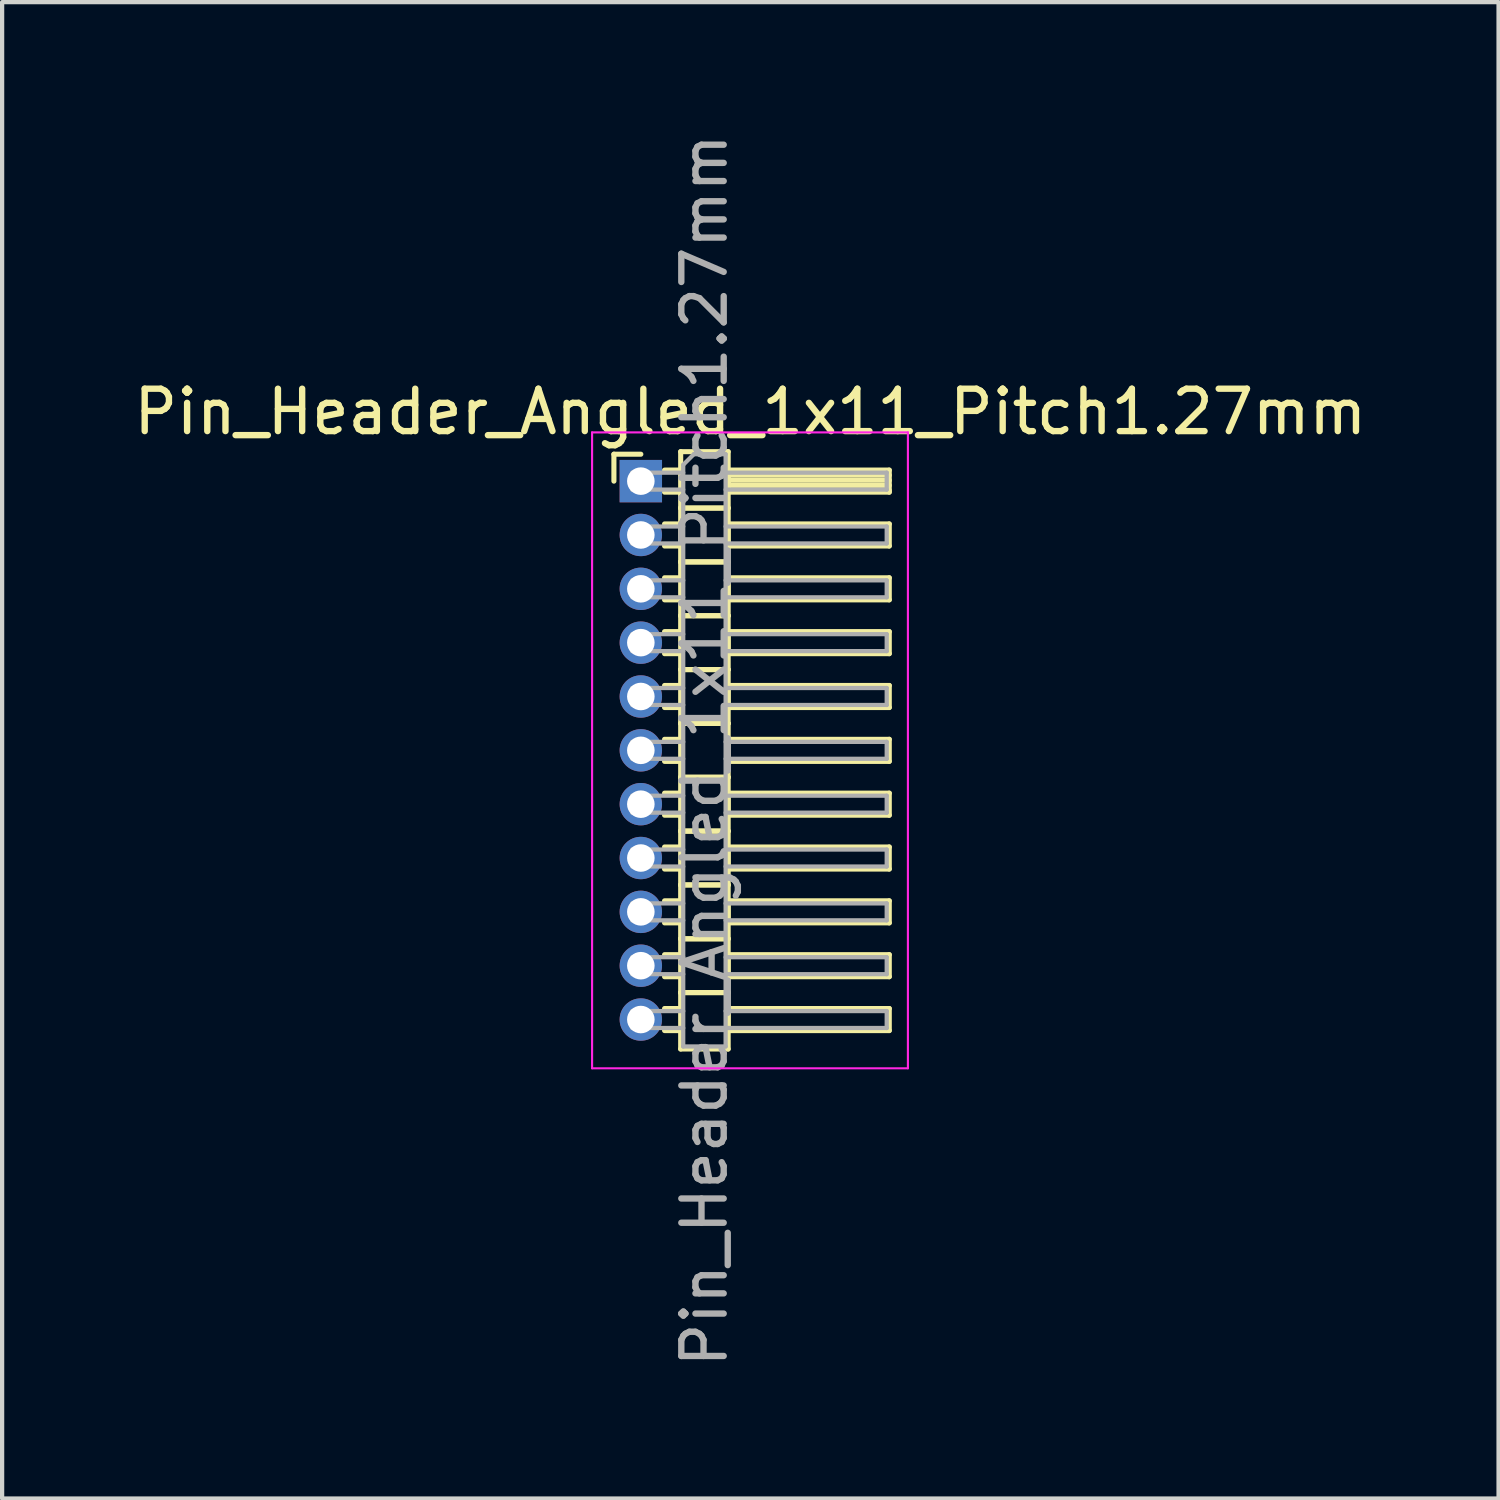
<source format=kicad_pcb>
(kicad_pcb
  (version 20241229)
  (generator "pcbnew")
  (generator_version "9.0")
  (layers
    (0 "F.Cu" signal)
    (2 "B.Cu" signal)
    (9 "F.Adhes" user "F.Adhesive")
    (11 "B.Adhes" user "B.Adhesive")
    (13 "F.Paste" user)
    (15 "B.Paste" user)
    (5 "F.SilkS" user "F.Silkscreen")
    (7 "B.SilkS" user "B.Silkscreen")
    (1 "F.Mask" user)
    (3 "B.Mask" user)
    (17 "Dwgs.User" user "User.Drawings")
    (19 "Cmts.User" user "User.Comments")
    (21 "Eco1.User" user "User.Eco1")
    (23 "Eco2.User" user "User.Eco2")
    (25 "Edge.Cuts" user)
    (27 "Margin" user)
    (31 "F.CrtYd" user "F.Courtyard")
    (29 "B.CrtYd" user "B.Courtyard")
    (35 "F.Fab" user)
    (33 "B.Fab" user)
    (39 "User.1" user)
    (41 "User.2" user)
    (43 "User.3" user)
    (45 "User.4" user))
  (footprint "Pin_Header_Angled_1x11_Pitch1.27mm"
    (layer "F.Cu")
    (at 12.066 8.299)
    (property "Reference" "Pin_Header_Angled_1x11_Pitch1.27mm" (at 2.583 -1.635 0) (layer "F.SilkS") (effects (font (size 1 1) (thickness 0.15))))
    (attr through_hole)
    (fp_line (start -0.635 -0.635) (end 0 -0.635) (stroke (width 0.12) (type solid)) (layer "F.SilkS"))
    (fp_line (start -0.635 0) (end -0.635 -0.635) (stroke (width 0.12) (type solid)) (layer "F.SilkS"))
    (fp_line (start 0.56 -0.26) (end 0.94 -0.26) (stroke (width 0.12) (type solid)) (layer "F.SilkS"))
    (fp_line (start 0.56 0.26) (end 0.94 0.26) (stroke (width 0.12) (type solid)) (layer "F.SilkS"))
    (fp_line (start 0.56 1.01) (end 0.94 1.01) (stroke (width 0.12) (type solid)) (layer "F.SilkS"))
    (fp_line (start 0.56 1.53) (end 0.94 1.53) (stroke (width 0.12) (type solid)) (layer "F.SilkS"))
    (fp_line (start 0.56 2.28) (end 0.94 2.28) (stroke (width 0.12) (type solid)) (layer "F.SilkS"))
    (fp_line (start 0.56 2.8) (end 0.94 2.8) (stroke (width 0.12) (type solid)) (layer "F.SilkS"))
    (fp_line (start 0.56 3.55) (end 0.94 3.55) (stroke (width 0.12) (type solid)) (layer "F.SilkS"))
    (fp_line (start 0.56 4.07) (end 0.94 4.07) (stroke (width 0.12) (type solid)) (layer "F.SilkS"))
    (fp_line (start 0.56 4.82) (end 0.94 4.82) (stroke (width 0.12) (type solid)) (layer "F.SilkS"))
    (fp_line (start 0.56 5.34) (end 0.94 5.34) (stroke (width 0.12) (type solid)) (layer "F.SilkS"))
    (fp_line (start 0.56 6.09) (end 0.94 6.09) (stroke (width 0.12) (type solid)) (layer "F.SilkS"))
    (fp_line (start 0.56 6.61) (end 0.94 6.61) (stroke (width 0.12) (type solid)) (layer "F.SilkS"))
    (fp_line (start 0.56 7.36) (end 0.94 7.36) (stroke (width 0.12) (type solid)) (layer "F.SilkS"))
    (fp_line (start 0.56 7.88) (end 0.94 7.88) (stroke (width 0.12) (type solid)) (layer "F.SilkS"))
    (fp_line (start 0.56 8.63) (end 0.94 8.63) (stroke (width 0.12) (type solid)) (layer "F.SilkS"))
    (fp_line (start 0.56 9.15) (end 0.94 9.15) (stroke (width 0.12) (type solid)) (layer "F.SilkS"))
    (fp_line (start 0.56 9.9) (end 0.94 9.9) (stroke (width 0.12) (type solid)) (layer "F.SilkS"))
    (fp_line (start 0.56 10.42) (end 0.94 10.42) (stroke (width 0.12) (type solid)) (layer "F.SilkS"))
    (fp_line (start 0.56 11.17) (end 0.94 11.17) (stroke (width 0.12) (type solid)) (layer "F.SilkS"))
    (fp_line (start 0.56 11.69) (end 0.94 11.69) (stroke (width 0.12) (type solid)) (layer "F.SilkS"))
    (fp_line (start 0.56 12.44) (end 0.94 12.44) (stroke (width 0.12) (type solid)) (layer "F.SilkS"))
    (fp_line (start 0.56 12.96) (end 0.94 12.96) (stroke (width 0.12) (type solid)) (layer "F.SilkS"))
    (fp_line (start 0.94 -0.695) (end 0.94 0.635) (stroke (width 0.12) (type solid)) (layer "F.SilkS"))
    (fp_line (start 0.94 0.635) (end 0.94 1.905) (stroke (width 0.12) (type solid)) (layer "F.SilkS"))
    (fp_line (start 0.94 0.635) (end 2.06 0.635) (stroke (width 0.12) (type solid)) (layer "F.SilkS"))
    (fp_line (start 0.94 1.905) (end 0.94 3.175) (stroke (width 0.12) (type solid)) (layer "F.SilkS"))
    (fp_line (start 0.94 1.905) (end 2.06 1.905) (stroke (width 0.12) (type solid)) (layer "F.SilkS"))
    (fp_line (start 0.94 3.175) (end 0.94 4.445) (stroke (width 0.12) (type solid)) (layer "F.SilkS"))
    (fp_line (start 0.94 3.175) (end 2.06 3.175) (stroke (width 0.12) (type solid)) (layer "F.SilkS"))
    (fp_line (start 0.94 4.445) (end 0.94 5.715) (stroke (width 0.12) (type solid)) (layer "F.SilkS"))
    (fp_line (start 0.94 4.445) (end 2.06 4.445) (stroke (width 0.12) (type solid)) (layer "F.SilkS"))
    (fp_line (start 0.94 5.715) (end 0.94 6.985) (stroke (width 0.12) (type solid)) (layer "F.SilkS"))
    (fp_line (start 0.94 5.715) (end 2.06 5.715) (stroke (width 0.12) (type solid)) (layer "F.SilkS"))
    (fp_line (start 0.94 6.985) (end 0.94 8.255) (stroke (width 0.12) (type solid)) (layer "F.SilkS"))
    (fp_line (start 0.94 6.985) (end 2.06 6.985) (stroke (width 0.12) (type solid)) (layer "F.SilkS"))
    (fp_line (start 0.94 8.255) (end 0.94 9.525) (stroke (width 0.12) (type solid)) (layer "F.SilkS"))
    (fp_line (start 0.94 8.255) (end 2.06 8.255) (stroke (width 0.12) (type solid)) (layer "F.SilkS"))
    (fp_line (start 0.94 9.525) (end 0.94 10.795) (stroke (width 0.12) (type solid)) (layer "F.SilkS"))
    (fp_line (start 0.94 9.525) (end 2.06 9.525) (stroke (width 0.12) (type solid)) (layer "F.SilkS"))
    (fp_line (start 0.94 10.795) (end 0.94 12.065) (stroke (width 0.12) (type solid)) (layer "F.SilkS"))
    (fp_line (start 0.94 10.795) (end 2.06 10.795) (stroke (width 0.12) (type solid)) (layer "F.SilkS"))
    (fp_line (start 0.94 12.065) (end 0.94 13.395) (stroke (width 0.12) (type solid)) (layer "F.SilkS"))
    (fp_line (start 0.94 12.065) (end 2.06 12.065) (stroke (width 0.12) (type solid)) (layer "F.SilkS"))
    (fp_line (start 0.94 13.395) (end 2.06 13.395) (stroke (width 0.12) (type solid)) (layer "F.SilkS"))
    (fp_line (start 2.06 -0.695) (end 0.94 -0.695) (stroke (width 0.12) (type solid)) (layer "F.SilkS"))
    (fp_line (start 2.06 -0.26) (end 2.06 0.26) (stroke (width 0.12) (type solid)) (layer "F.SilkS"))
    (fp_line (start 2.06 -0.14) (end 5.86 -0.14) (stroke (width 0.12) (type solid)) (layer "F.SilkS"))
    (fp_line (start 2.06 -0.02) (end 5.86 -0.02) (stroke (width 0.12) (type solid)) (layer "F.SilkS"))
    (fp_line (start 2.06 0.1) (end 5.86 0.1) (stroke (width 0.12) (type solid)) (layer "F.SilkS"))
    (fp_line (start 2.06 0.22) (end 5.86 0.22) (stroke (width 0.12) (type solid)) (layer "F.SilkS"))
    (fp_line (start 2.06 0.26) (end 5.86 0.26) (stroke (width 0.12) (type solid)) (layer "F.SilkS"))
    (fp_line (start 2.06 0.635) (end 0.94 0.635) (stroke (width 0.12) (type solid)) (layer "F.SilkS"))
    (fp_line (start 2.06 0.635) (end 2.06 -0.695) (stroke (width 0.12) (type solid)) (layer "F.SilkS"))
    (fp_line (start 2.06 1.01) (end 2.06 1.53) (stroke (width 0.12) (type solid)) (layer "F.SilkS"))
    (fp_line (start 2.06 1.53) (end 5.86 1.53) (stroke (width 0.12) (type solid)) (layer "F.SilkS"))
    (fp_line (start 2.06 1.905) (end 0.94 1.905) (stroke (width 0.12) (type solid)) (layer "F.SilkS"))
    (fp_line (start 2.06 1.905) (end 2.06 0.635) (stroke (width 0.12) (type solid)) (layer "F.SilkS"))
    (fp_line (start 2.06 2.28) (end 2.06 2.8) (stroke (width 0.12) (type solid)) (layer "F.SilkS"))
    (fp_line (start 2.06 2.8) (end 5.86 2.8) (stroke (width 0.12) (type solid)) (layer "F.SilkS"))
    (fp_line (start 2.06 3.175) (end 0.94 3.175) (stroke (width 0.12) (type solid)) (layer "F.SilkS"))
    (fp_line (start 2.06 3.175) (end 2.06 1.905) (stroke (width 0.12) (type solid)) (layer "F.SilkS"))
    (fp_line (start 2.06 3.55) (end 2.06 4.07) (stroke (width 0.12) (type solid)) (layer "F.SilkS"))
    (fp_line (start 2.06 4.07) (end 5.86 4.07) (stroke (width 0.12) (type solid)) (layer "F.SilkS"))
    (fp_line (start 2.06 4.445) (end 0.94 4.445) (stroke (width 0.12) (type solid)) (layer "F.SilkS"))
    (fp_line (start 2.06 4.445) (end 2.06 3.175) (stroke (width 0.12) (type solid)) (layer "F.SilkS"))
    (fp_line (start 2.06 4.82) (end 2.06 5.34) (stroke (width 0.12) (type solid)) (layer "F.SilkS"))
    (fp_line (start 2.06 5.34) (end 5.86 5.34) (stroke (width 0.12) (type solid)) (layer "F.SilkS"))
    (fp_line (start 2.06 5.715) (end 0.94 5.715) (stroke (width 0.12) (type solid)) (layer "F.SilkS"))
    (fp_line (start 2.06 5.715) (end 2.06 4.445) (stroke (width 0.12) (type solid)) (layer "F.SilkS"))
    (fp_line (start 2.06 6.09) (end 2.06 6.61) (stroke (width 0.12) (type solid)) (layer "F.SilkS"))
    (fp_line (start 2.06 6.61) (end 5.86 6.61) (stroke (width 0.12) (type solid)) (layer "F.SilkS"))
    (fp_line (start 2.06 6.985) (end 0.94 6.985) (stroke (width 0.12) (type solid)) (layer "F.SilkS"))
    (fp_line (start 2.06 6.985) (end 2.06 5.715) (stroke (width 0.12) (type solid)) (layer "F.SilkS"))
    (fp_line (start 2.06 7.36) (end 2.06 7.88) (stroke (width 0.12) (type solid)) (layer "F.SilkS"))
    (fp_line (start 2.06 7.88) (end 5.86 7.88) (stroke (width 0.12) (type solid)) (layer "F.SilkS"))
    (fp_line (start 2.06 8.255) (end 0.94 8.255) (stroke (width 0.12) (type solid)) (layer "F.SilkS"))
    (fp_line (start 2.06 8.255) (end 2.06 6.985) (stroke (width 0.12) (type solid)) (layer "F.SilkS"))
    (fp_line (start 2.06 8.63) (end 2.06 9.15) (stroke (width 0.12) (type solid)) (layer "F.SilkS"))
    (fp_line (start 2.06 9.15) (end 5.86 9.15) (stroke (width 0.12) (type solid)) (layer "F.SilkS"))
    (fp_line (start 2.06 9.525) (end 0.94 9.525) (stroke (width 0.12) (type solid)) (layer "F.SilkS"))
    (fp_line (start 2.06 9.525) (end 2.06 8.255) (stroke (width 0.12) (type solid)) (layer "F.SilkS"))
    (fp_line (start 2.06 9.9) (end 2.06 10.42) (stroke (width 0.12) (type solid)) (layer "F.SilkS"))
    (fp_line (start 2.06 10.42) (end 5.86 10.42) (stroke (width 0.12) (type solid)) (layer "F.SilkS"))
    (fp_line (start 2.06 10.795) (end 0.94 10.795) (stroke (width 0.12) (type solid)) (layer "F.SilkS"))
    (fp_line (start 2.06 10.795) (end 2.06 9.525) (stroke (width 0.12) (type solid)) (layer "F.SilkS"))
    (fp_line (start 2.06 11.17) (end 2.06 11.69) (stroke (width 0.12) (type solid)) (layer "F.SilkS"))
    (fp_line (start 2.06 11.69) (end 5.86 11.69) (stroke (width 0.12) (type solid)) (layer "F.SilkS"))
    (fp_line (start 2.06 12.065) (end 0.94 12.065) (stroke (width 0.12) (type solid)) (layer "F.SilkS"))
    (fp_line (start 2.06 12.065) (end 2.06 10.795) (stroke (width 0.12) (type solid)) (layer "F.SilkS"))
    (fp_line (start 2.06 12.44) (end 2.06 12.96) (stroke (width 0.12) (type solid)) (layer "F.SilkS"))
    (fp_line (start 2.06 12.96) (end 5.86 12.96) (stroke (width 0.12) (type solid)) (layer "F.SilkS"))
    (fp_line (start 2.06 13.395) (end 2.06 12.065) (stroke (width 0.12) (type solid)) (layer "F.SilkS"))
    (fp_line (start 5.86 -0.26) (end 2.06 -0.26) (stroke (width 0.12) (type solid)) (layer "F.SilkS"))
    (fp_line (start 5.86 0.26) (end 5.86 -0.26) (stroke (width 0.12) (type solid)) (layer "F.SilkS"))
    (fp_line (start 5.86 1.01) (end 2.06 1.01) (stroke (width 0.12) (type solid)) (layer "F.SilkS"))
    (fp_line (start 5.86 1.53) (end 5.86 1.01) (stroke (width 0.12) (type solid)) (layer "F.SilkS"))
    (fp_line (start 5.86 2.28) (end 2.06 2.28) (stroke (width 0.12) (type solid)) (layer "F.SilkS"))
    (fp_line (start 5.86 2.8) (end 5.86 2.28) (stroke (width 0.12) (type solid)) (layer "F.SilkS"))
    (fp_line (start 5.86 3.55) (end 2.06 3.55) (stroke (width 0.12) (type solid)) (layer "F.SilkS"))
    (fp_line (start 5.86 4.07) (end 5.86 3.55) (stroke (width 0.12) (type solid)) (layer "F.SilkS"))
    (fp_line (start 5.86 4.82) (end 2.06 4.82) (stroke (width 0.12) (type solid)) (layer "F.SilkS"))
    (fp_line (start 5.86 5.34) (end 5.86 4.82) (stroke (width 0.12) (type solid)) (layer "F.SilkS"))
    (fp_line (start 5.86 6.09) (end 2.06 6.09) (stroke (width 0.12) (type solid)) (layer "F.SilkS"))
    (fp_line (start 5.86 6.61) (end 5.86 6.09) (stroke (width 0.12) (type solid)) (layer "F.SilkS"))
    (fp_line (start 5.86 7.36) (end 2.06 7.36) (stroke (width 0.12) (type solid)) (layer "F.SilkS"))
    (fp_line (start 5.86 7.88) (end 5.86 7.36) (stroke (width 0.12) (type solid)) (layer "F.SilkS"))
    (fp_line (start 5.86 8.63) (end 2.06 8.63) (stroke (width 0.12) (type solid)) (layer "F.SilkS"))
    (fp_line (start 5.86 9.15) (end 5.86 8.63) (stroke (width 0.12) (type solid)) (layer "F.SilkS"))
    (fp_line (start 5.86 9.9) (end 2.06 9.9) (stroke (width 0.12) (type solid)) (layer "F.SilkS"))
    (fp_line (start 5.86 10.42) (end 5.86 9.9) (stroke (width 0.12) (type solid)) (layer "F.SilkS"))
    (fp_line (start 5.86 11.17) (end 2.06 11.17) (stroke (width 0.12) (type solid)) (layer "F.SilkS"))
    (fp_line (start 5.86 11.69) (end 5.86 11.17) (stroke (width 0.12) (type solid)) (layer "F.SilkS"))
    (fp_line (start 5.86 12.44) (end 2.06 12.44) (stroke (width 0.12) (type solid)) (layer "F.SilkS"))
    (fp_line (start 5.86 12.96) (end 5.86 12.44) (stroke (width 0.12) (type solid)) (layer "F.SilkS"))
    (fp_line (start -1.15 -1.15) (end -1.15 13.85) (stroke (width 0.05) (type solid)) (layer "F.CrtYd"))
    (fp_line (start -1.15 13.85) (end 6.3 13.85) (stroke (width 0.05) (type solid)) (layer "F.CrtYd"))
    (fp_line (start 6.3 -1.15) (end -1.15 -1.15) (stroke (width 0.05) (type solid)) (layer "F.CrtYd"))
    (fp_line (start 6.3 13.85) (end 6.3 -1.15) (stroke (width 0.05) (type solid)) (layer "F.CrtYd"))
    (fp_line (start -0.2 -0.2) (end -0.2 0.2) (stroke (width 0.1) (type solid)) (layer "F.Fab"))
    (fp_line (start -0.2 -0.2) (end 1 -0.2) (stroke (width 0.1) (type solid)) (layer "F.Fab"))
    (fp_line (start -0.2 0.2) (end 1 0.2) (stroke (width 0.1) (type solid)) (layer "F.Fab"))
    (fp_line (start -0.2 1.07) (end -0.2 1.47) (stroke (width 0.1) (type solid)) (layer "F.Fab"))
    (fp_line (start -0.2 1.07) (end 1 1.07) (stroke (width 0.1) (type solid)) (layer "F.Fab"))
    (fp_line (start -0.2 1.47) (end 1 1.47) (stroke (width 0.1) (type solid)) (layer "F.Fab"))
    (fp_line (start -0.2 2.34) (end -0.2 2.74) (stroke (width 0.1) (type solid)) (layer "F.Fab"))
    (fp_line (start -0.2 2.34) (end 1 2.34) (stroke (width 0.1) (type solid)) (layer "F.Fab"))
    (fp_line (start -0.2 2.74) (end 1 2.74) (stroke (width 0.1) (type solid)) (layer "F.Fab"))
    (fp_line (start -0.2 3.61) (end -0.2 4.01) (stroke (width 0.1) (type solid)) (layer "F.Fab"))
    (fp_line (start -0.2 3.61) (end 1 3.61) (stroke (width 0.1) (type solid)) (layer "F.Fab"))
    (fp_line (start -0.2 4.01) (end 1 4.01) (stroke (width 0.1) (type solid)) (layer "F.Fab"))
    (fp_line (start -0.2 4.88) (end -0.2 5.28) (stroke (width 0.1) (type solid)) (layer "F.Fab"))
    (fp_line (start -0.2 4.88) (end 1 4.88) (stroke (width 0.1) (type solid)) (layer "F.Fab"))
    (fp_line (start -0.2 5.28) (end 1 5.28) (stroke (width 0.1) (type solid)) (layer "F.Fab"))
    (fp_line (start -0.2 6.15) (end -0.2 6.55) (stroke (width 0.1) (type solid)) (layer "F.Fab"))
    (fp_line (start -0.2 6.15) (end 1 6.15) (stroke (width 0.1) (type solid)) (layer "F.Fab"))
    (fp_line (start -0.2 6.55) (end 1 6.55) (stroke (width 0.1) (type solid)) (layer "F.Fab"))
    (fp_line (start -0.2 7.42) (end -0.2 7.82) (stroke (width 0.1) (type solid)) (layer "F.Fab"))
    (fp_line (start -0.2 7.42) (end 1 7.42) (stroke (width 0.1) (type solid)) (layer "F.Fab"))
    (fp_line (start -0.2 7.82) (end 1 7.82) (stroke (width 0.1) (type solid)) (layer "F.Fab"))
    (fp_line (start -0.2 8.69) (end -0.2 9.09) (stroke (width 0.1) (type solid)) (layer "F.Fab"))
    (fp_line (start -0.2 8.69) (end 1 8.69) (stroke (width 0.1) (type solid)) (layer "F.Fab"))
    (fp_line (start -0.2 9.09) (end 1 9.09) (stroke (width 0.1) (type solid)) (layer "F.Fab"))
    (fp_line (start -0.2 9.96) (end -0.2 10.36) (stroke (width 0.1) (type solid)) (layer "F.Fab"))
    (fp_line (start -0.2 9.96) (end 1 9.96) (stroke (width 0.1) (type solid)) (layer "F.Fab"))
    (fp_line (start -0.2 10.36) (end 1 10.36) (stroke (width 0.1) (type solid)) (layer "F.Fab"))
    (fp_line (start -0.2 11.23) (end -0.2 11.63) (stroke (width 0.1) (type solid)) (layer "F.Fab"))
    (fp_line (start -0.2 11.23) (end 1 11.23) (stroke (width 0.1) (type solid)) (layer "F.Fab"))
    (fp_line (start -0.2 11.63) (end 1 11.63) (stroke (width 0.1) (type solid)) (layer "F.Fab"))
    (fp_line (start -0.2 12.5) (end -0.2 12.9) (stroke (width 0.1) (type solid)) (layer "F.Fab"))
    (fp_line (start -0.2 12.5) (end 1 12.5) (stroke (width 0.1) (type solid)) (layer "F.Fab"))
    (fp_line (start -0.2 12.9) (end 1 12.9) (stroke (width 0.1) (type solid)) (layer "F.Fab"))
    (fp_line (start 1 -0.385) (end 1.25 -0.635) (stroke (width 0.1) (type solid)) (layer "F.Fab"))
    (fp_line (start 1 13.335) (end 1 -0.385) (stroke (width 0.1) (type solid)) (layer "F.Fab"))
    (fp_line (start 1.25 -0.635) (end 2 -0.635) (stroke (width 0.1) (type solid)) (layer "F.Fab"))
    (fp_line (start 2 -0.635) (end 2 13.335) (stroke (width 0.1) (type solid)) (layer "F.Fab"))
    (fp_line (start 2 -0.2) (end 5.8 -0.2) (stroke (width 0.1) (type solid)) (layer "F.Fab"))
    (fp_line (start 2 0.2) (end 5.8 0.2) (stroke (width 0.1) (type solid)) (layer "F.Fab"))
    (fp_line (start 2 1.07) (end 5.8 1.07) (stroke (width 0.1) (type solid)) (layer "F.Fab"))
    (fp_line (start 2 1.47) (end 5.8 1.47) (stroke (width 0.1) (type solid)) (layer "F.Fab"))
    (fp_line (start 2 2.34) (end 5.8 2.34) (stroke (width 0.1) (type solid)) (layer "F.Fab"))
    (fp_line (start 2 2.74) (end 5.8 2.74) (stroke (width 0.1) (type solid)) (layer "F.Fab"))
    (fp_line (start 2 3.61) (end 5.8 3.61) (stroke (width 0.1) (type solid)) (layer "F.Fab"))
    (fp_line (start 2 4.01) (end 5.8 4.01) (stroke (width 0.1) (type solid)) (layer "F.Fab"))
    (fp_line (start 2 4.88) (end 5.8 4.88) (stroke (width 0.1) (type solid)) (layer "F.Fab"))
    (fp_line (start 2 5.28) (end 5.8 5.28) (stroke (width 0.1) (type solid)) (layer "F.Fab"))
    (fp_line (start 2 6.15) (end 5.8 6.15) (stroke (width 0.1) (type solid)) (layer "F.Fab"))
    (fp_line (start 2 6.55) (end 5.8 6.55) (stroke (width 0.1) (type solid)) (layer "F.Fab"))
    (fp_line (start 2 7.42) (end 5.8 7.42) (stroke (width 0.1) (type solid)) (layer "F.Fab"))
    (fp_line (start 2 7.82) (end 5.8 7.82) (stroke (width 0.1) (type solid)) (layer "F.Fab"))
    (fp_line (start 2 8.69) (end 5.8 8.69) (stroke (width 0.1) (type solid)) (layer "F.Fab"))
    (fp_line (start 2 9.09) (end 5.8 9.09) (stroke (width 0.1) (type solid)) (layer "F.Fab"))
    (fp_line (start 2 9.96) (end 5.8 9.96) (stroke (width 0.1) (type solid)) (layer "F.Fab"))
    (fp_line (start 2 10.36) (end 5.8 10.36) (stroke (width 0.1) (type solid)) (layer "F.Fab"))
    (fp_line (start 2 11.23) (end 5.8 11.23) (stroke (width 0.1) (type solid)) (layer "F.Fab"))
    (fp_line (start 2 11.63) (end 5.8 11.63) (stroke (width 0.1) (type solid)) (layer "F.Fab"))
    (fp_line (start 2 12.5) (end 5.8 12.5) (stroke (width 0.1) (type solid)) (layer "F.Fab"))
    (fp_line (start 2 12.9) (end 5.8 12.9) (stroke (width 0.1) (type solid)) (layer "F.Fab"))
    (fp_line (start 2 13.335) (end 1 13.335) (stroke (width 0.1) (type solid)) (layer "F.Fab"))
    (fp_line (start 5.8 -0.2) (end 5.8 0.2) (stroke (width 0.1) (type solid)) (layer "F.Fab"))
    (fp_line (start 5.8 1.07) (end 5.8 1.47) (stroke (width 0.1) (type solid)) (layer "F.Fab"))
    (fp_line (start 5.8 2.34) (end 5.8 2.74) (stroke (width 0.1) (type solid)) (layer "F.Fab"))
    (fp_line (start 5.8 3.61) (end 5.8 4.01) (stroke (width 0.1) (type solid)) (layer "F.Fab"))
    (fp_line (start 5.8 4.88) (end 5.8 5.28) (stroke (width 0.1) (type solid)) (layer "F.Fab"))
    (fp_line (start 5.8 6.15) (end 5.8 6.55) (stroke (width 0.1) (type solid)) (layer "F.Fab"))
    (fp_line (start 5.8 7.42) (end 5.8 7.82) (stroke (width 0.1) (type solid)) (layer "F.Fab"))
    (fp_line (start 5.8 8.69) (end 5.8 9.09) (stroke (width 0.1) (type solid)) (layer "F.Fab"))
    (fp_line (start 5.8 9.96) (end 5.8 10.36) (stroke (width 0.1) (type solid)) (layer "F.Fab"))
    (fp_line (start 5.8 11.23) (end 5.8 11.63) (stroke (width 0.1) (type solid)) (layer "F.Fab"))
    (fp_line (start 5.8 12.5) (end 5.8 12.9) (stroke (width 0.1) (type solid)) (layer "F.Fab"))
    (fp_text user "${REFERENCE}" (at 1.5 6.35 90) (layer "F.Fab") (effects (font (size 1 1) (thickness 0.15))))
    (pad "1" thru_hole rect (at 0 0) (size 1 1) (drill 0.65) (layers "*.Cu" "*.Mask"))
    (pad "2" thru_hole oval (at 0 1.27) (size 1 1) (drill 0.65) (layers "*.Cu" "*.Mask"))
    (pad "3" thru_hole oval (at 0 2.54) (size 1 1) (drill 0.65) (layers "*.Cu" "*.Mask"))
    (pad "4" thru_hole oval (at 0 3.81) (size 1 1) (drill 0.65) (layers "*.Cu" "*.Mask"))
    (pad "5" thru_hole oval (at 0 5.08) (size 1 1) (drill 0.65) (layers "*.Cu" "*.Mask"))
    (pad "6" thru_hole oval (at 0 6.35) (size 1 1) (drill 0.65) (layers "*.Cu" "*.Mask"))
    (pad "7" thru_hole oval (at 0 7.62) (size 1 1) (drill 0.65) (layers "*.Cu" "*.Mask"))
    (pad "8" thru_hole oval (at 0 8.89) (size 1 1) (drill 0.65) (layers "*.Cu" "*.Mask"))
    (pad "9" thru_hole oval (at 0 10.16) (size 1 1) (drill 0.65) (layers "*.Cu" "*.Mask"))
    (pad "10" thru_hole oval (at 0 11.43) (size 1 1) (drill 0.65) (layers "*.Cu" "*.Mask"))
    (pad "11" thru_hole oval (at 0 12.7) (size 1 1) (drill 0.65) (layers "*.Cu" "*.Mask")))
  (gr_rect
    (start -3 -3)
    (end 32.298 32.298)
    (stroke (width 0.1) (type default))
    (fill no)
    (layer "Edge.Cuts")))
</source>
